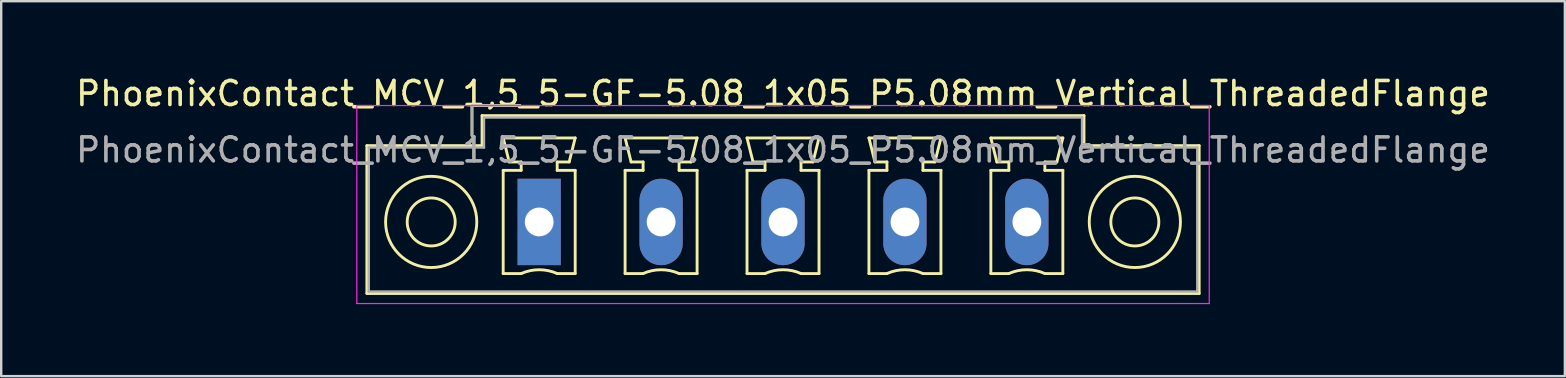
<source format=kicad_pcb>
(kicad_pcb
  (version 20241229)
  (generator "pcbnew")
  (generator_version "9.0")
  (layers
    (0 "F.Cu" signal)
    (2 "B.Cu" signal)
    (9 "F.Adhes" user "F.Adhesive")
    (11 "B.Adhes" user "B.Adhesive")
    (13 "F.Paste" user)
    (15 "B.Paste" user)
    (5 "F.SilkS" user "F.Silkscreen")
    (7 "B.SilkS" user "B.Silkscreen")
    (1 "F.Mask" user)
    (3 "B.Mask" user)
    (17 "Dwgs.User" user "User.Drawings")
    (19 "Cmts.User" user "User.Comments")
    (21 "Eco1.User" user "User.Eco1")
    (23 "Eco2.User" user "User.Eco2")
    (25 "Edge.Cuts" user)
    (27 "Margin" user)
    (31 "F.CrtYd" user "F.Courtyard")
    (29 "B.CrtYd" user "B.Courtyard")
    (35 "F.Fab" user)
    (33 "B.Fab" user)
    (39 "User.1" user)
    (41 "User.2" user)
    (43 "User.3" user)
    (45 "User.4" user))
  (footprint "PhoenixContact_MCV_1,5_5-GF-5.08_1x05_P5.08mm_Vertical_ThreadedFlange"
    (layer "F.Cu")
    (at 19.417 6.198)
    (property "Reference" "PhoenixContact_MCV_1,5_5-GF-5.08_1x05_P5.08mm_Vertical_ThreadedFlange" (at 10.16 -5.35 0) (layer "F.SilkS") (effects (font (size 1 1) (thickness 0.15))))
    (attr through_hole)
    (fp_line (start -7.18 -3.18) (end -7.18 2.98) (stroke (width 0.12) (type solid)) (layer "F.SilkS"))
    (fp_line (start -7.18 2.98) (end 27.5 2.98) (stroke (width 0.12) (type solid)) (layer "F.SilkS"))
    (fp_line (start -2.8 -4.85) (end -0.8 -4.85) (stroke (width 0.12) (type solid)) (layer "F.SilkS"))
    (fp_line (start -2.8 -3.6) (end -2.8 -4.85) (stroke (width 0.12) (type solid)) (layer "F.SilkS"))
    (fp_line (start -2.38 -4.43) (end -2.38 -3.18) (stroke (width 0.12) (type solid)) (layer "F.SilkS"))
    (fp_line (start -2.38 -3.18) (end -7.18 -3.18) (stroke (width 0.12) (type solid)) (layer "F.SilkS"))
    (fp_line (start -1.5 -3.5) (end 1.5 -3.5) (stroke (width 0.12) (type solid)) (layer "F.SilkS"))
    (fp_line (start -1.5 -2.15) (end -0.75 -2.15) (stroke (width 0.12) (type solid)) (layer "F.SilkS"))
    (fp_line (start -1.5 2.15) (end -1.5 -2.15) (stroke (width 0.12) (type solid)) (layer "F.SilkS"))
    (fp_line (start -1.25 -2.5) (end -1.5 -3.5) (stroke (width 0.12) (type solid)) (layer "F.SilkS"))
    (fp_line (start -0.75 -2.5) (end -1.25 -2.5) (stroke (width 0.12) (type solid)) (layer "F.SilkS"))
    (fp_line (start -0.75 -2.15) (end -0.75 -2.5) (stroke (width 0.12) (type solid)) (layer "F.SilkS"))
    (fp_line (start -0.75 2.15) (end -1.5 2.15) (stroke (width 0.12) (type solid)) (layer "F.SilkS"))
    (fp_line (start 0.75 -2.5) (end 0.75 -2.15) (stroke (width 0.12) (type solid)) (layer "F.SilkS"))
    (fp_line (start 0.75 -2.15) (end 1.5 -2.15) (stroke (width 0.12) (type solid)) (layer "F.SilkS"))
    (fp_line (start 1.25 -2.5) (end 0.75 -2.5) (stroke (width 0.12) (type solid)) (layer "F.SilkS"))
    (fp_line (start 1.5 -3.5) (end 1.25 -2.5) (stroke (width 0.12) (type solid)) (layer "F.SilkS"))
    (fp_line (start 1.5 -2.15) (end 1.5 2.15) (stroke (width 0.12) (type solid)) (layer "F.SilkS"))
    (fp_line (start 1.5 2.15) (end 0.75 2.15) (stroke (width 0.12) (type solid)) (layer "F.SilkS"))
    (fp_line (start 3.58 -3.5) (end 6.58 -3.5) (stroke (width 0.12) (type solid)) (layer "F.SilkS"))
    (fp_line (start 3.58 -2.15) (end 4.33 -2.15) (stroke (width 0.12) (type solid)) (layer "F.SilkS"))
    (fp_line (start 3.58 2.15) (end 3.58 -2.15) (stroke (width 0.12) (type solid)) (layer "F.SilkS"))
    (fp_line (start 3.83 -2.5) (end 3.58 -3.5) (stroke (width 0.12) (type solid)) (layer "F.SilkS"))
    (fp_line (start 4.33 -2.5) (end 3.83 -2.5) (stroke (width 0.12) (type solid)) (layer "F.SilkS"))
    (fp_line (start 4.33 -2.15) (end 4.33 -2.5) (stroke (width 0.12) (type solid)) (layer "F.SilkS"))
    (fp_line (start 4.33 2.15) (end 3.58 2.15) (stroke (width 0.12) (type solid)) (layer "F.SilkS"))
    (fp_line (start 5.83 -2.5) (end 5.83 -2.15) (stroke (width 0.12) (type solid)) (layer "F.SilkS"))
    (fp_line (start 5.83 -2.15) (end 6.58 -2.15) (stroke (width 0.12) (type solid)) (layer "F.SilkS"))
    (fp_line (start 6.33 -2.5) (end 5.83 -2.5) (stroke (width 0.12) (type solid)) (layer "F.SilkS"))
    (fp_line (start 6.58 -3.5) (end 6.33 -2.5) (stroke (width 0.12) (type solid)) (layer "F.SilkS"))
    (fp_line (start 6.58 -2.15) (end 6.58 2.15) (stroke (width 0.12) (type solid)) (layer "F.SilkS"))
    (fp_line (start 6.58 2.15) (end 5.83 2.15) (stroke (width 0.12) (type solid)) (layer "F.SilkS"))
    (fp_line (start 8.66 -3.5) (end 11.66 -3.5) (stroke (width 0.12) (type solid)) (layer "F.SilkS"))
    (fp_line (start 8.66 -2.15) (end 9.41 -2.15) (stroke (width 0.12) (type solid)) (layer "F.SilkS"))
    (fp_line (start 8.66 2.15) (end 8.66 -2.15) (stroke (width 0.12) (type solid)) (layer "F.SilkS"))
    (fp_line (start 8.91 -2.5) (end 8.66 -3.5) (stroke (width 0.12) (type solid)) (layer "F.SilkS"))
    (fp_line (start 9.41 -2.5) (end 8.91 -2.5) (stroke (width 0.12) (type solid)) (layer "F.SilkS"))
    (fp_line (start 9.41 -2.15) (end 9.41 -2.5) (stroke (width 0.12) (type solid)) (layer "F.SilkS"))
    (fp_line (start 9.41 2.15) (end 8.66 2.15) (stroke (width 0.12) (type solid)) (layer "F.SilkS"))
    (fp_line (start 10.91 -2.5) (end 10.91 -2.15) (stroke (width 0.12) (type solid)) (layer "F.SilkS"))
    (fp_line (start 10.91 -2.15) (end 11.66 -2.15) (stroke (width 0.12) (type solid)) (layer "F.SilkS"))
    (fp_line (start 11.41 -2.5) (end 10.91 -2.5) (stroke (width 0.12) (type solid)) (layer "F.SilkS"))
    (fp_line (start 11.66 -3.5) (end 11.41 -2.5) (stroke (width 0.12) (type solid)) (layer "F.SilkS"))
    (fp_line (start 11.66 -2.15) (end 11.66 2.15) (stroke (width 0.12) (type solid)) (layer "F.SilkS"))
    (fp_line (start 11.66 2.15) (end 10.91 2.15) (stroke (width 0.12) (type solid)) (layer "F.SilkS"))
    (fp_line (start 13.74 -3.5) (end 16.74 -3.5) (stroke (width 0.12) (type solid)) (layer "F.SilkS"))
    (fp_line (start 13.74 -2.15) (end 14.49 -2.15) (stroke (width 0.12) (type solid)) (layer "F.SilkS"))
    (fp_line (start 13.74 2.15) (end 13.74 -2.15) (stroke (width 0.12) (type solid)) (layer "F.SilkS"))
    (fp_line (start 13.99 -2.5) (end 13.74 -3.5) (stroke (width 0.12) (type solid)) (layer "F.SilkS"))
    (fp_line (start 14.49 -2.5) (end 13.99 -2.5) (stroke (width 0.12) (type solid)) (layer "F.SilkS"))
    (fp_line (start 14.49 -2.15) (end 14.49 -2.5) (stroke (width 0.12) (type solid)) (layer "F.SilkS"))
    (fp_line (start 14.49 2.15) (end 13.74 2.15) (stroke (width 0.12) (type solid)) (layer "F.SilkS"))
    (fp_line (start 15.99 -2.5) (end 15.99 -2.15) (stroke (width 0.12) (type solid)) (layer "F.SilkS"))
    (fp_line (start 15.99 -2.15) (end 16.74 -2.15) (stroke (width 0.12) (type solid)) (layer "F.SilkS"))
    (fp_line (start 16.49 -2.5) (end 15.99 -2.5) (stroke (width 0.12) (type solid)) (layer "F.SilkS"))
    (fp_line (start 16.74 -3.5) (end 16.49 -2.5) (stroke (width 0.12) (type solid)) (layer "F.SilkS"))
    (fp_line (start 16.74 -2.15) (end 16.74 2.15) (stroke (width 0.12) (type solid)) (layer "F.SilkS"))
    (fp_line (start 16.74 2.15) (end 15.99 2.15) (stroke (width 0.12) (type solid)) (layer "F.SilkS"))
    (fp_line (start 18.82 -3.5) (end 21.82 -3.5) (stroke (width 0.12) (type solid)) (layer "F.SilkS"))
    (fp_line (start 18.82 -2.15) (end 19.57 -2.15) (stroke (width 0.12) (type solid)) (layer "F.SilkS"))
    (fp_line (start 18.82 2.15) (end 18.82 -2.15) (stroke (width 0.12) (type solid)) (layer "F.SilkS"))
    (fp_line (start 19.07 -2.5) (end 18.82 -3.5) (stroke (width 0.12) (type solid)) (layer "F.SilkS"))
    (fp_line (start 19.57 -2.5) (end 19.07 -2.5) (stroke (width 0.12) (type solid)) (layer "F.SilkS"))
    (fp_line (start 19.57 -2.15) (end 19.57 -2.5) (stroke (width 0.12) (type solid)) (layer "F.SilkS"))
    (fp_line (start 19.57 2.15) (end 18.82 2.15) (stroke (width 0.12) (type solid)) (layer "F.SilkS"))
    (fp_line (start 21.07 -2.5) (end 21.07 -2.15) (stroke (width 0.12) (type solid)) (layer "F.SilkS"))
    (fp_line (start 21.07 -2.15) (end 21.82 -2.15) (stroke (width 0.12) (type solid)) (layer "F.SilkS"))
    (fp_line (start 21.57 -2.5) (end 21.07 -2.5) (stroke (width 0.12) (type solid)) (layer "F.SilkS"))
    (fp_line (start 21.82 -3.5) (end 21.57 -2.5) (stroke (width 0.12) (type solid)) (layer "F.SilkS"))
    (fp_line (start 21.82 -2.15) (end 21.82 2.15) (stroke (width 0.12) (type solid)) (layer "F.SilkS"))
    (fp_line (start 21.82 2.15) (end 21.07 2.15) (stroke (width 0.12) (type solid)) (layer "F.SilkS"))
    (fp_line (start 22.7 -4.43) (end -2.38 -4.43) (stroke (width 0.12) (type solid)) (layer "F.SilkS"))
    (fp_line (start 22.7 -3.18) (end 22.7 -4.43) (stroke (width 0.12) (type solid)) (layer "F.SilkS"))
    (fp_line (start 27.5 -3.18) (end 22.7 -3.18) (stroke (width 0.12) (type solid)) (layer "F.SilkS"))
    (fp_line (start 27.5 2.98) (end 27.5 -3.18) (stroke (width 0.12) (type solid)) (layer "F.SilkS"))
    (fp_arc (start -0.75 2.15) (mid -0.000193 1.99191) (end 0.749647 2.149844) (stroke (width 0.12) (type solid)) (layer "F.SilkS"))
    (fp_arc (start 4.33 2.15) (mid 5.079807 1.99191) (end 5.829647 2.149844) (stroke (width 0.12) (type solid)) (layer "F.SilkS"))
    (fp_arc (start 9.41 2.15) (mid 10.159807 1.99191) (end 10.909647 2.149844) (stroke (width 0.12) (type solid)) (layer "F.SilkS"))
    (fp_arc (start 14.49 2.15) (mid 15.239807 1.99191) (end 15.989647 2.149844) (stroke (width 0.12) (type solid)) (layer "F.SilkS"))
    (fp_arc (start 19.57 2.15) (mid 20.319807 1.99191) (end 21.069647 2.149844) (stroke (width 0.12) (type solid)) (layer "F.SilkS"))
    (fp_circle (center -4.5 0) (end -3.5 0) (stroke (width 0.12) (type solid)) (fill no) (layer "F.SilkS"))
    (fp_circle (center -4.5 0) (end -2.6 0) (stroke (width 0.12) (type solid)) (fill no) (layer "F.SilkS"))
    (fp_circle (center 24.82 0) (end 25.82 0) (stroke (width 0.12) (type solid)) (fill no) (layer "F.SilkS"))
    (fp_circle (center 24.82 0) (end 26.72 0) (stroke (width 0.12) (type solid)) (fill no) (layer "F.SilkS"))
    (fp_line (start -7.6 -4.85) (end -7.6 3.4) (stroke (width 0.05) (type solid)) (layer "F.CrtYd"))
    (fp_line (start -7.6 3.4) (end 27.92 3.4) (stroke (width 0.05) (type solid)) (layer "F.CrtYd"))
    (fp_line (start 27.92 -4.85) (end -7.6 -4.85) (stroke (width 0.05) (type solid)) (layer "F.CrtYd"))
    (fp_line (start 27.92 3.4) (end 27.92 -4.85) (stroke (width 0.05) (type solid)) (layer "F.CrtYd"))
    (fp_line (start -7.1 -3.1) (end -7.1 2.9) (stroke (width 0.1) (type solid)) (layer "F.Fab"))
    (fp_line (start -7.1 2.9) (end 27.42 2.9) (stroke (width 0.1) (type solid)) (layer "F.Fab"))
    (fp_line (start -2.8 -4.85) (end -0.8 -4.85) (stroke (width 0.1) (type solid)) (layer "F.Fab"))
    (fp_line (start -2.8 -3.6) (end -2.8 -4.85) (stroke (width 0.1) (type solid)) (layer "F.Fab"))
    (fp_line (start -2.3 -4.35) (end -2.3 -3.1) (stroke (width 0.1) (type solid)) (layer "F.Fab"))
    (fp_line (start -2.3 -3.1) (end -7.1 -3.1) (stroke (width 0.1) (type solid)) (layer "F.Fab"))
    (fp_line (start 22.62 -4.35) (end -2.3 -4.35) (stroke (width 0.1) (type solid)) (layer "F.Fab"))
    (fp_line (start 22.62 -3.1) (end 22.62 -4.35) (stroke (width 0.1) (type solid)) (layer "F.Fab"))
    (fp_line (start 27.42 -3.1) (end 22.62 -3.1) (stroke (width 0.1) (type solid)) (layer "F.Fab"))
    (fp_line (start 27.42 2.9) (end 27.42 -3.1) (stroke (width 0.1) (type solid)) (layer "F.Fab"))
    (fp_text user "${REFERENCE}" (at 10.16 -3 0) (layer "F.Fab") (effects (font (size 1 1) (thickness 0.15))))
    (pad "1" thru_hole rect (at 0 0) (size 1.8 3.6) (drill 1.2) (layers "*.Cu" "*.Mask"))
    (pad "2" thru_hole oval (at 5.08 0) (size 1.8 3.6) (drill 1.2) (layers "*.Cu" "*.Mask"))
    (pad "3" thru_hole oval (at 10.16 0) (size 1.8 3.6) (drill 1.2) (layers "*.Cu" "*.Mask"))
    (pad "4" thru_hole oval (at 15.24 0) (size 1.8 3.6) (drill 1.2) (layers "*.Cu" "*.Mask"))
    (pad "5" thru_hole oval (at 20.32 0) (size 1.8 3.6) (drill 1.2) (layers "*.Cu" "*.Mask")))
  (gr_rect
    (start -3 -3)
    (end 62.155 12.623)
    (stroke (width 0.1) (type default))
    (fill no)
    (layer "Edge.Cuts")))
</source>
